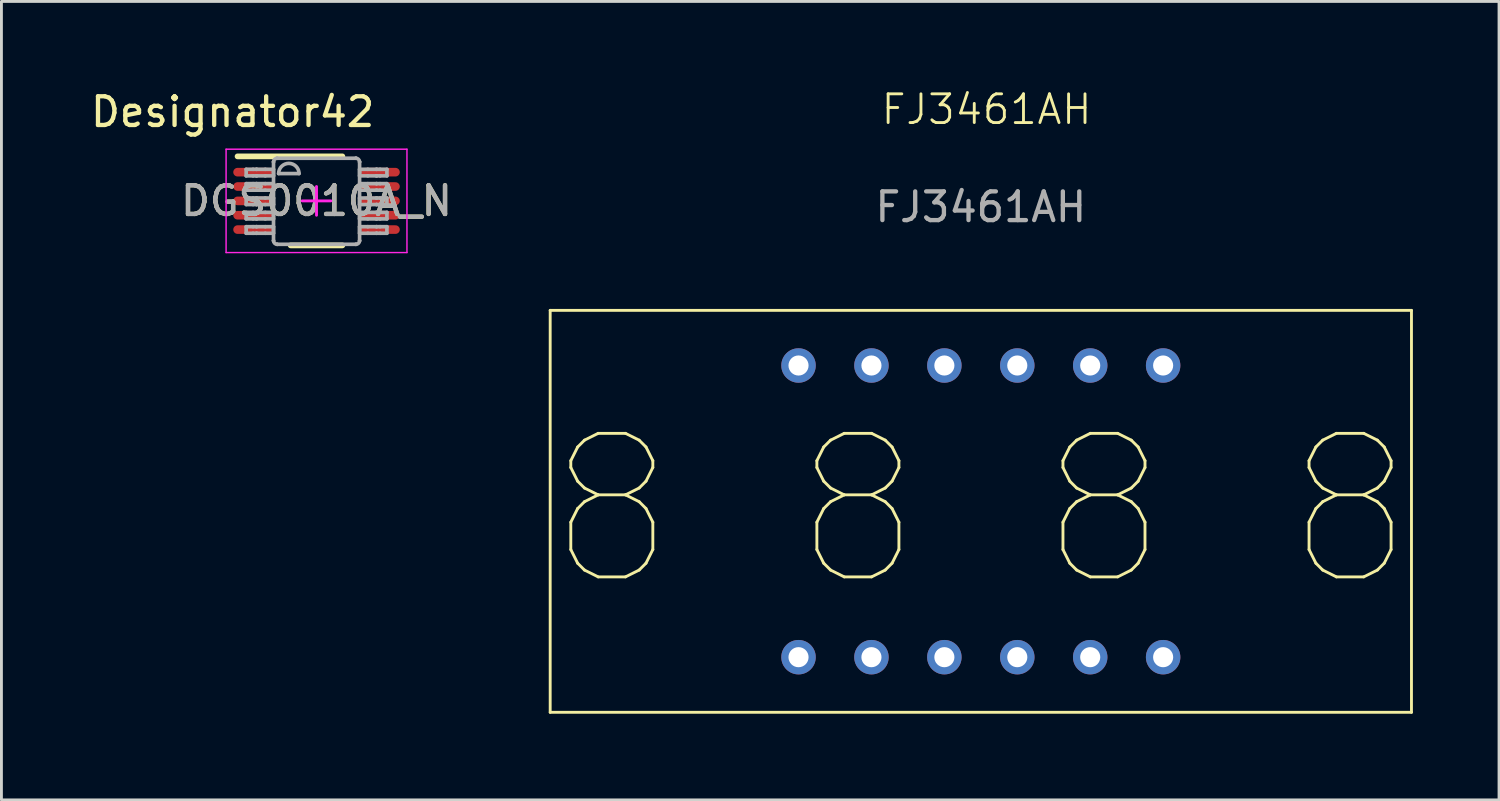
<source format=kicad_pcb>
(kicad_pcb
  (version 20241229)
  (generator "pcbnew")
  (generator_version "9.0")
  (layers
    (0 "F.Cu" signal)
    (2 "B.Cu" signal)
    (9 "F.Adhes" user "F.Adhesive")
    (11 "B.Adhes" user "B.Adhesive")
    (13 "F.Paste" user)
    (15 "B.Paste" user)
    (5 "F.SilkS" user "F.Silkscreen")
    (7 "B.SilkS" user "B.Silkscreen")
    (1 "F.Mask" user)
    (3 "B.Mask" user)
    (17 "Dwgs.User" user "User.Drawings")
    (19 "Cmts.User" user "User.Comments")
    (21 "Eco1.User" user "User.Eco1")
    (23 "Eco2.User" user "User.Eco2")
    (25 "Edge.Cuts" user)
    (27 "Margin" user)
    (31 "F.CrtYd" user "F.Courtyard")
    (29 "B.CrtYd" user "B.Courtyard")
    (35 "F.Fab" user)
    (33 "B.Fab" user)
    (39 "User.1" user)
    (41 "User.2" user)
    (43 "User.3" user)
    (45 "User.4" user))
  (footprint "DGS0010A_N"
    (layer "F.Cu")
    (at 7.975 3.947)
    (property "Reference" "DGS0010A_N" (at 0 0 0) (unlocked yes) (layer "F.SilkS") (effects (font (size 1 1) (thickness 0.15))))
    (attr smd)
    (fp_line (start -2.75 -1.55) (end 0.9 -1.55) (stroke (width 0.2) (type solid)) (layer "F.SilkS"))
    (fp_line (start -0.9 1.55) (end 0.9 1.55) (stroke (width 0.2) (type solid)) (layer "F.SilkS"))
    (fp_line (start -3.15 -1.8) (end 3.15 -1.8) (stroke (width 0.05) (type solid)) (layer "F.CrtYd"))
    (fp_line (start -3.15 1.8) (end -3.15 -1.8) (stroke (width 0.05) (type solid)) (layer "F.CrtYd"))
    (fp_line (start -3.15 1.8) (end 3.15 1.8) (stroke (width 0.05) (type solid)) (layer "F.CrtYd"))
    (fp_line (start -0.5 0) (end 0.5 0) (stroke (width 0.1) (type solid)) (layer "F.CrtYd"))
    (fp_line (start -0.000003 0.5) (end -0.000003 -0.5) (stroke (width 0.1) (type solid)) (layer "F.CrtYd"))
    (fp_line (start 3.15 1.8) (end 3.15 -1.8) (stroke (width 0.05) (type solid)) (layer "F.CrtYd"))
    (fp_line (start -2.45 -1.1) (end -2.21 -1.1) (stroke (width 0.127) (type solid)) (layer "F.Fab"))
    (fp_line (start -2.45 -0.871) (end -2.45 -1.1) (stroke (width 0.127) (type solid)) (layer "F.Fab"))
    (fp_line (start -2.45 -0.871) (end -2.21 -0.871) (stroke (width 0.127) (type solid)) (layer "F.Fab"))
    (fp_line (start -2.45 -0.6) (end -2.21 -0.6) (stroke (width 0.127) (type solid)) (layer "F.Fab"))
    (fp_line (start -2.45 -0.372) (end -2.45 -0.6) (stroke (width 0.127) (type solid)) (layer "F.Fab"))
    (fp_line (start -2.45 -0.372) (end -2.21 -0.372) (stroke (width 0.127) (type solid)) (layer "F.Fab"))
    (fp_line (start -2.45 -0.1) (end -2.21 -0.1) (stroke (width 0.127) (type solid)) (layer "F.Fab"))
    (fp_line (start -2.45 0.128) (end -2.45 -0.1) (stroke (width 0.127) (type solid)) (layer "F.Fab"))
    (fp_line (start -2.45 0.128) (end -2.21 0.128) (stroke (width 0.127) (type solid)) (layer "F.Fab"))
    (fp_line (start -2.45 0.4) (end -2.21 0.4) (stroke (width 0.127) (type solid)) (layer "F.Fab"))
    (fp_line (start -2.45 0.628) (end -2.45 0.4) (stroke (width 0.127) (type solid)) (layer "F.Fab"))
    (fp_line (start -2.45 0.628) (end -2.21 0.628) (stroke (width 0.127) (type solid)) (layer "F.Fab"))
    (fp_line (start -2.45 0.899) (end -2.21 0.899) (stroke (width 0.127) (type solid)) (layer "F.Fab"))
    (fp_line (start -2.45 1.128) (end -2.45 0.899) (stroke (width 0.127) (type solid)) (layer "F.Fab"))
    (fp_line (start -2.45 1.128) (end -2.21 1.128) (stroke (width 0.127) (type solid)) (layer "F.Fab"))
    (fp_line (start -2.21 -1.1) (end -2.09 -1.1) (stroke (width 0.127) (type solid)) (layer "F.Fab"))
    (fp_line (start -2.21 -0.871) (end -2.09 -0.871) (stroke (width 0.127) (type solid)) (layer "F.Fab"))
    (fp_line (start -2.21 -0.6) (end -2.09 -0.6) (stroke (width 0.127) (type solid)) (layer "F.Fab"))
    (fp_line (start -2.21 -0.372) (end -2.09 -0.372) (stroke (width 0.127) (type solid)) (layer "F.Fab"))
    (fp_line (start -2.21 -0.1) (end -2.09 -0.1) (stroke (width 0.127) (type solid)) (layer "F.Fab"))
    (fp_line (start -2.21 0.128) (end -2.09 0.128) (stroke (width 0.127) (type solid)) (layer "F.Fab"))
    (fp_line (start -2.21 0.4) (end -2.09 0.4) (stroke (width 0.127) (type solid)) (layer "F.Fab"))
    (fp_line (start -2.21 0.628) (end -2.09 0.628) (stroke (width 0.127) (type solid)) (layer "F.Fab"))
    (fp_line (start -2.21 0.899) (end -2.09 0.899) (stroke (width 0.127) (type solid)) (layer "F.Fab"))
    (fp_line (start -2.21 1.128) (end -2.09 1.128) (stroke (width 0.127) (type solid)) (layer "F.Fab"))
    (fp_line (start -2.09 -1.1) (end -2.087 -1.1) (stroke (width 0.127) (type solid)) (layer "F.Fab"))
    (fp_line (start -2.09 -0.871) (end -2.087 -0.871) (stroke (width 0.127) (type solid)) (layer "F.Fab"))
    (fp_line (start -2.09 -0.6) (end -2.087 -0.6) (stroke (width 0.127) (type solid)) (layer "F.Fab"))
    (fp_line (start -2.09 -0.372) (end -2.087 -0.372) (stroke (width 0.127) (type solid)) (layer "F.Fab"))
    (fp_line (start -2.09 -0.1) (end -2.087 -0.1) (stroke (width 0.127) (type solid)) (layer "F.Fab"))
    (fp_line (start -2.09 0.128) (end -2.087 0.128) (stroke (width 0.127) (type solid)) (layer "F.Fab"))
    (fp_line (start -2.09 0.4) (end -2.087 0.4) (stroke (width 0.127) (type solid)) (layer "F.Fab"))
    (fp_line (start -2.09 0.628) (end -2.087 0.628) (stroke (width 0.127) (type solid)) (layer "F.Fab"))
    (fp_line (start -2.09 0.899) (end -2.087 0.899) (stroke (width 0.127) (type solid)) (layer "F.Fab"))
    (fp_line (start -2.09 1.128) (end -2.087 1.128) (stroke (width 0.127) (type solid)) (layer "F.Fab"))
    (fp_line (start -2.087 -1.1) (end -1.784 -1.1) (stroke (width 0.127) (type solid)) (layer "F.Fab"))
    (fp_line (start -2.087 -0.871) (end -1.784 -0.871) (stroke (width 0.127) (type solid)) (layer "F.Fab"))
    (fp_line (start -2.087 -0.6) (end -1.784 -0.6) (stroke (width 0.127) (type solid)) (layer "F.Fab"))
    (fp_line (start -2.087 -0.372) (end -1.784 -0.372) (stroke (width 0.127) (type solid)) (layer "F.Fab"))
    (fp_line (start -2.087 -0.1) (end -1.784 -0.1) (stroke (width 0.127) (type solid)) (layer "F.Fab"))
    (fp_line (start -2.087 0.128) (end -1.784 0.128) (stroke (width 0.127) (type solid)) (layer "F.Fab"))
    (fp_line (start -2.087 0.4) (end -1.784 0.4) (stroke (width 0.127) (type solid)) (layer "F.Fab"))
    (fp_line (start -2.087 0.628) (end -1.784 0.628) (stroke (width 0.127) (type solid)) (layer "F.Fab"))
    (fp_line (start -2.087 0.899) (end -1.784 0.899) (stroke (width 0.127) (type solid)) (layer "F.Fab"))
    (fp_line (start -2.087 1.128) (end -1.784 1.128) (stroke (width 0.127) (type solid)) (layer "F.Fab"))
    (fp_line (start -1.784 -1.1) (end -1.498 -1.1) (stroke (width 0.127) (type solid)) (layer "F.Fab"))
    (fp_line (start -1.784 -0.871) (end -1.498 -0.871) (stroke (width 0.127) (type solid)) (layer "F.Fab"))
    (fp_line (start -1.784 -0.6) (end -1.498 -0.6) (stroke (width 0.127) (type solid)) (layer "F.Fab"))
    (fp_line (start -1.784 -0.372) (end -1.498 -0.372) (stroke (width 0.127) (type solid)) (layer "F.Fab"))
    (fp_line (start -1.784 -0.1) (end -1.498 -0.1) (stroke (width 0.127) (type solid)) (layer "F.Fab"))
    (fp_line (start -1.784 0.128) (end -1.498 0.128) (stroke (width 0.127) (type solid)) (layer "F.Fab"))
    (fp_line (start -1.784 0.4) (end -1.498 0.4) (stroke (width 0.127) (type solid)) (layer "F.Fab"))
    (fp_line (start -1.784 0.628) (end -1.498 0.628) (stroke (width 0.127) (type solid)) (layer "F.Fab"))
    (fp_line (start -1.784 0.899) (end -1.498 0.899) (stroke (width 0.127) (type solid)) (layer "F.Fab"))
    (fp_line (start -1.784 1.128) (end -1.498 1.128) (stroke (width 0.127) (type solid)) (layer "F.Fab"))
    (fp_line (start -1.498 -1.358) (end -1.497 -1.36) (stroke (width 0.127) (type solid)) (layer "F.Fab"))
    (fp_line (start -1.498 -0.871) (end -1.498 -1.1) (stroke (width 0.127) (type solid)) (layer "F.Fab"))
    (fp_line (start -1.498 -0.372) (end -1.498 -0.6) (stroke (width 0.127) (type solid)) (layer "F.Fab"))
    (fp_line (start -1.498 0.128) (end -1.498 -0.1) (stroke (width 0.127) (type solid)) (layer "F.Fab"))
    (fp_line (start -1.498 0.628) (end -1.498 0.4) (stroke (width 0.127) (type solid)) (layer "F.Fab"))
    (fp_line (start -1.498 1.128) (end -1.498 0.899) (stroke (width 0.127) (type solid)) (layer "F.Fab"))
    (fp_line (start -1.498 1.386) (end -1.498 -1.358) (stroke (width 0.127) (type solid)) (layer "F.Fab"))
    (fp_line (start -1.498 1.386) (end -1.497 1.388) (stroke (width 0.127) (type solid)) (layer "F.Fab"))
    (fp_line (start -1.373 -1.485) (end -1.371 -1.485) (stroke (width 0.127) (type solid)) (layer "F.Fab"))
    (fp_line (start -1.373 1.513) (end -1.371 1.513) (stroke (width 0.127) (type solid)) (layer "F.Fab"))
    (fp_line (start -1.371 -1.485) (end 1.373 -1.485) (stroke (width 0.127) (type solid)) (layer "F.Fab"))
    (fp_line (start -1.371 1.513) (end 1.373 1.513) (stroke (width 0.127) (type solid)) (layer "F.Fab"))
    (fp_line (start -1.32 -0.951) (end -0.609 -0.951) (stroke (width 0.127) (type solid)) (layer "F.Fab"))
    (fp_line (start 1.373 -1.485) (end 1.375 -1.485) (stroke (width 0.127) (type solid)) (layer "F.Fab"))
    (fp_line (start 1.373 1.513) (end 1.375 1.513) (stroke (width 0.127) (type solid)) (layer "F.Fab"))
    (fp_line (start 1.5 -1.36) (end 1.5 -1.358) (stroke (width 0.127) (type solid)) (layer "F.Fab"))
    (fp_line (start 1.5 1.388) (end 1.5 1.386) (stroke (width 0.127) (type solid)) (layer "F.Fab"))
    (fp_line (start 1.5 -1.1) (end 1.786 -1.1) (stroke (width 0.127) (type solid)) (layer "F.Fab"))
    (fp_line (start 1.5 -0.871) (end 1.5 -1.1) (stroke (width 0.127) (type solid)) (layer "F.Fab"))
    (fp_line (start 1.5 -0.871) (end 1.786 -0.871) (stroke (width 0.127) (type solid)) (layer "F.Fab"))
    (fp_line (start 1.5 -0.6) (end 1.786 -0.6) (stroke (width 0.127) (type solid)) (layer "F.Fab"))
    (fp_line (start 1.5 -0.372) (end 1.5 -0.6) (stroke (width 0.127) (type solid)) (layer "F.Fab"))
    (fp_line (start 1.5 -0.372) (end 1.786 -0.372) (stroke (width 0.127) (type solid)) (layer "F.Fab"))
    (fp_line (start 1.5 -0.1) (end 1.786 -0.1) (stroke (width 0.127) (type solid)) (layer "F.Fab"))
    (fp_line (start 1.5 0.128) (end 1.5 -0.1) (stroke (width 0.127) (type solid)) (layer "F.Fab"))
    (fp_line (start 1.5 0.128) (end 1.786 0.128) (stroke (width 0.127) (type solid)) (layer "F.Fab"))
    (fp_line (start 1.5 0.4) (end 1.786 0.4) (stroke (width 0.127) (type solid)) (layer "F.Fab"))
    (fp_line (start 1.5 0.628) (end 1.5 0.4) (stroke (width 0.127) (type solid)) (layer "F.Fab"))
    (fp_line (start 1.5 0.628) (end 1.786 0.628) (stroke (width 0.127) (type solid)) (layer "F.Fab"))
    (fp_line (start 1.5 0.899) (end 1.786 0.899) (stroke (width 0.127) (type solid)) (layer "F.Fab"))
    (fp_line (start 1.5 1.128) (end 1.5 0.899) (stroke (width 0.127) (type solid)) (layer "F.Fab"))
    (fp_line (start 1.5 1.128) (end 1.786 1.128) (stroke (width 0.127) (type solid)) (layer "F.Fab"))
    (fp_line (start 1.5 1.386) (end 1.5 -1.358) (stroke (width 0.127) (type solid)) (layer "F.Fab"))
    (fp_line (start 1.786 -1.1) (end 2.089 -1.1) (stroke (width 0.127) (type solid)) (layer "F.Fab"))
    (fp_line (start 1.786 -0.871) (end 2.089 -0.871) (stroke (width 0.127) (type solid)) (layer "F.Fab"))
    (fp_line (start 1.786 -0.6) (end 2.089 -0.6) (stroke (width 0.127) (type solid)) (layer "F.Fab"))
    (fp_line (start 1.786 -0.372) (end 2.089 -0.372) (stroke (width 0.127) (type solid)) (layer "F.Fab"))
    (fp_line (start 1.786 -0.1) (end 2.089 -0.1) (stroke (width 0.127) (type solid)) (layer "F.Fab"))
    (fp_line (start 1.786 0.128) (end 2.089 0.128) (stroke (width 0.127) (type solid)) (layer "F.Fab"))
    (fp_line (start 1.786 0.4) (end 2.089 0.4) (stroke (width 0.127) (type solid)) (layer "F.Fab"))
    (fp_line (start 1.786 0.628) (end 2.089 0.628) (stroke (width 0.127) (type solid)) (layer "F.Fab"))
    (fp_line (start 1.786 0.899) (end 2.089 0.899) (stroke (width 0.127) (type solid)) (layer "F.Fab"))
    (fp_line (start 1.786 1.128) (end 2.089 1.128) (stroke (width 0.127) (type solid)) (layer "F.Fab"))
    (fp_line (start 2.089 -1.1) (end 2.093 -1.1) (stroke (width 0.127) (type solid)) (layer "F.Fab"))
    (fp_line (start 2.089 -0.871) (end 2.093 -0.871) (stroke (width 0.127) (type solid)) (layer "F.Fab"))
    (fp_line (start 2.089 -0.6) (end 2.093 -0.6) (stroke (width 0.127) (type solid)) (layer "F.Fab"))
    (fp_line (start 2.089 -0.372) (end 2.093 -0.372) (stroke (width 0.127) (type solid)) (layer "F.Fab"))
    (fp_line (start 2.089 -0.1) (end 2.093 -0.1) (stroke (width 0.127) (type solid)) (layer "F.Fab"))
    (fp_line (start 2.089 0.128) (end 2.093 0.128) (stroke (width 0.127) (type solid)) (layer "F.Fab"))
    (fp_line (start 2.089 0.4) (end 2.093 0.4) (stroke (width 0.127) (type solid)) (layer "F.Fab"))
    (fp_line (start 2.089 0.628) (end 2.093 0.628) (stroke (width 0.127) (type solid)) (layer "F.Fab"))
    (fp_line (start 2.089 0.899) (end 2.093 0.899) (stroke (width 0.127) (type solid)) (layer "F.Fab"))
    (fp_line (start 2.089 1.128) (end 2.093 1.128) (stroke (width 0.127) (type solid)) (layer "F.Fab"))
    (fp_line (start 2.093 -1.1) (end 2.213 -1.1) (stroke (width 0.127) (type solid)) (layer "F.Fab"))
    (fp_line (start 2.093 -0.871) (end 2.213 -0.871) (stroke (width 0.127) (type solid)) (layer "F.Fab"))
    (fp_line (start 2.093 -0.6) (end 2.213 -0.6) (stroke (width 0.127) (type solid)) (layer "F.Fab"))
    (fp_line (start 2.093 -0.372) (end 2.213 -0.372) (stroke (width 0.127) (type solid)) (layer "F.Fab"))
    (fp_line (start 2.093 -0.1) (end 2.213 -0.1) (stroke (width 0.127) (type solid)) (layer "F.Fab"))
    (fp_line (start 2.093 0.128) (end 2.213 0.128) (stroke (width 0.127) (type solid)) (layer "F.Fab"))
    (fp_line (start 2.093 0.4) (end 2.213 0.4) (stroke (width 0.127) (type solid)) (layer "F.Fab"))
    (fp_line (start 2.093 0.628) (end 2.213 0.628) (stroke (width 0.127) (type solid)) (layer "F.Fab"))
    (fp_line (start 2.093 0.899) (end 2.213 0.899) (stroke (width 0.127) (type solid)) (layer "F.Fab"))
    (fp_line (start 2.093 1.128) (end 2.213 1.128) (stroke (width 0.127) (type solid)) (layer "F.Fab"))
    (fp_line (start 2.213 -1.1) (end 2.452 -1.1) (stroke (width 0.127) (type solid)) (layer "F.Fab"))
    (fp_line (start 2.213 -0.871) (end 2.452 -0.871) (stroke (width 0.127) (type solid)) (layer "F.Fab"))
    (fp_line (start 2.213 -0.6) (end 2.452 -0.6) (stroke (width 0.127) (type solid)) (layer "F.Fab"))
    (fp_line (start 2.213 -0.372) (end 2.452 -0.372) (stroke (width 0.127) (type solid)) (layer "F.Fab"))
    (fp_line (start 2.213 -0.1) (end 2.452 -0.1) (stroke (width 0.127) (type solid)) (layer "F.Fab"))
    (fp_line (start 2.213 0.128) (end 2.452 0.128) (stroke (width 0.127) (type solid)) (layer "F.Fab"))
    (fp_line (start 2.213 0.4) (end 2.452 0.4) (stroke (width 0.127) (type solid)) (layer "F.Fab"))
    (fp_line (start 2.213 0.628) (end 2.452 0.628) (stroke (width 0.127) (type solid)) (layer "F.Fab"))
    (fp_line (start 2.213 0.899) (end 2.452 0.899) (stroke (width 0.127) (type solid)) (layer "F.Fab"))
    (fp_line (start 2.213 1.128) (end 2.452 1.128) (stroke (width 0.127) (type solid)) (layer "F.Fab"))
    (fp_line (start 2.452 -0.871) (end 2.452 -1.1) (stroke (width 0.127) (type solid)) (layer "F.Fab"))
    (fp_line (start 2.452 -0.372) (end 2.452 -0.6) (stroke (width 0.127) (type solid)) (layer "F.Fab"))
    (fp_line (start 2.452 0.128) (end 2.452 -0.1) (stroke (width 0.127) (type solid)) (layer "F.Fab"))
    (fp_line (start 2.452 0.628) (end 2.452 0.4) (stroke (width 0.127) (type solid)) (layer "F.Fab"))
    (fp_line (start 2.452 1.128) (end 2.452 0.899) (stroke (width 0.127) (type solid)) (layer "F.Fab"))
    (fp_arc (start -1.49745 -1.360299) (mid -1.460293 -1.447356) (end -1.373243 -1.484531) (stroke (width 0.127) (type solid)) (layer "F.Fab"))
    (fp_arc (start -1.373243 1.512619) (mid -1.460293 1.475444) (end -1.49745 1.388386) (stroke (width 0.127) (type solid)) (layer "F.Fab"))
    (fp_arc (start -1.3197 -0.951156) (mid -0.9641 -1.306756) (end -0.6085 -0.951156) (stroke (width 0.127) (type solid)) (layer "F.Fab"))
    (fp_arc (start 1.375443 -1.484532) (mid 1.462505 -1.447362) (end 1.499675 -1.360299) (stroke (width 0.127) (type solid)) (layer "F.Fab"))
    (fp_arc (start 1.499675 1.388387) (mid 1.462505 1.475449) (end 1.375443 1.512619) (stroke (width 0.127) (type solid)) (layer "F.Fab"))
    (fp_text user "Designator42" (at -2.921 -3.099 0) (unlocked yes) (layer "F.SilkS") (effects (font (size 1 1) (thickness 0.15))))
    (fp_text user "${REFERENCE}" (at 0 0 0) (unlocked yes) (layer "F.Fab") (effects (font (size 1 1) (thickness 0.15))))
    (pad "1" smd oval (at -2.225 -1 90) (size 0.3 1.35) (layers "F.Cu" "F.Mask" "F.Paste"))
    (pad "2" smd oval (at -2.225 -0.5 90) (size 0.3 1.35) (layers "F.Cu" "F.Mask" "F.Paste"))
    (pad "3" smd oval (at -2.225 0 90) (size 0.3 1.35) (layers "F.Cu" "F.Mask" "F.Paste"))
    (pad "4" smd oval (at -2.225 0.5 90) (size 0.3 1.35) (layers "F.Cu" "F.Mask" "F.Paste"))
    (pad "5" smd oval (at -2.225 1 90) (size 0.3 1.35) (layers "F.Cu" "F.Mask" "F.Paste"))
    (pad "6" smd oval (at 2.225 1 90) (size 0.3 1.35) (layers "F.Cu" "F.Mask" "F.Paste"))
    (pad "7" smd oval (at 2.225 0.5 90) (size 0.3 1.35) (layers "F.Cu" "F.Mask" "F.Paste"))
    (pad "8" smd oval (at 2.225 0 90) (size 0.3 1.35) (layers "F.Cu" "F.Mask" "F.Paste"))
    (pad "9" smd oval (at 2.225 -0.5 90) (size 0.3 1.35) (layers "F.Cu" "F.Mask" "F.Paste"))
    (pad "10" smd oval (at 2.225 -1 90) (size 0.3 1.35) (layers "F.Cu" "F.Mask" "F.Paste")))
  (footprint "FJ3461AH"
    (layer "F.Cu")
    (at 31.114 14.761)
    (property "Reference" "FJ3461AH" (at 0.2 -14 0) (unlocked yes) (layer "F.SilkS") (effects (font (size 1 1) (thickness 0.1))))
    (attr through_hole)
    (fp_line (start -15 -7) (end -15 7) (stroke (width 0.1) (type default)) (layer "F.SilkS"))
    (fp_line (start -15 7) (end 15 7) (stroke (width 0.1) (type default)) (layer "F.SilkS"))
    (fp_line (start 15 -7) (end -15 -7) (stroke (width 0.1) (type default)) (layer "F.SilkS"))
    (fp_line (start 15 7) (end 15 -7) (stroke (width 0.1) (type default)) (layer "F.SilkS"))
    (fp_text user "8 8 8 8" (at -15.3 2.9 0) (unlocked yes) (layer "F.SilkS") (effects (font (size 5 5) (thickness 0.1)) (justify left bottom)))
    (fp_text user "${REFERENCE}" (at 0 -10.6 0) (unlocked yes) (layer "F.Fab") (effects (font (size 1 1) (thickness 0.15))))
    (pad "1" thru_hole circle (at -6.35 5.08) (size 1.2 1.2) (drill 0.7) (layers "*.Cu" "*.Mask"))
    (pad "2" thru_hole circle (at -3.81 5.08) (size 1.2 1.2) (drill 0.7) (layers "*.Cu" "*.Mask"))
    (pad "3" thru_hole circle (at -1.27 5.08) (size 1.2 1.2) (drill 0.7) (layers "*.Cu" "*.Mask"))
    (pad "4" thru_hole circle (at 1.27 5.08) (size 1.2 1.2) (drill 0.7) (layers "*.Cu" "*.Mask"))
    (pad "5" thru_hole circle (at 3.81 5.08) (size 1.2 1.2) (drill 0.7) (layers "*.Cu" "*.Mask"))
    (pad "6" thru_hole circle (at 6.35 5.08) (size 1.2 1.2) (drill 0.7) (layers "*.Cu" "*.Mask"))
    (pad "7" thru_hole circle (at 6.35 -5.08) (size 1.2 1.2) (drill 0.7) (layers "*.Cu" "*.Mask"))
    (pad "8" thru_hole circle (at 3.81 -5.08) (size 1.2 1.2) (drill 0.7) (layers "*.Cu" "*.Mask"))
    (pad "9" thru_hole circle (at 1.27 -5.08) (size 1.2 1.2) (drill 0.7) (layers "*.Cu" "*.Mask"))
    (pad "10" thru_hole circle (at -1.27 -5.08) (size 1.2 1.2) (drill 0.7) (layers "*.Cu" "*.Mask"))
    (pad "11" thru_hole circle (at -3.81 -5.08) (size 1.2 1.2) (drill 0.7) (layers "*.Cu" "*.Mask"))
    (pad "12" thru_hole circle (at -6.35 -5.08) (size 1.2 1.2) (drill 0.7) (layers "*.Cu" "*.Mask")))
  (gr_rect
    (start -3 -3)
    (end 49.164 24.811)
    (stroke (width 0.1) (type default))
    (fill no)
    (layer "Edge.Cuts")))
</source>
